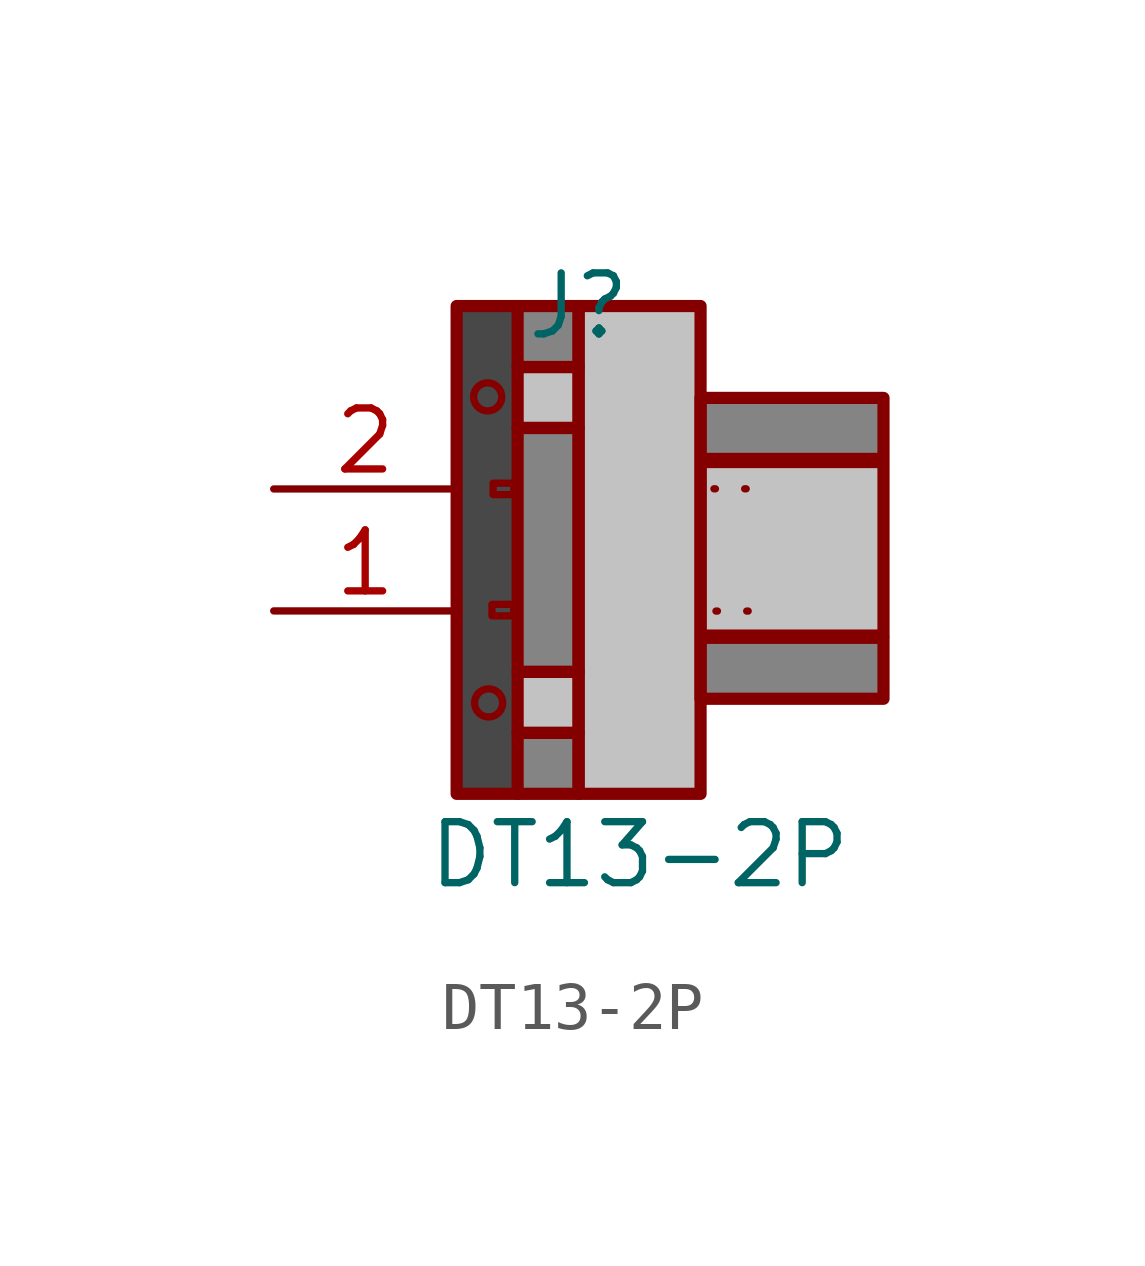
<source format=kicad_sym>
(kicad_symbol_lib
  (version 20220914)
  (generator kicad_symbol_editor)
  (symbol "DT13-2P"
    (pin_names
      (offset 1.016) hide)
    (property "Reference" "J"
      (at 0 5.08 0)
      (effects (font (size 1.27 1.27))))
    (property "Value" "DT13-2P"
      (at 1.27 -6.35 0)
      (effects (font (size 1.27 1.27))))
    (symbol "DT13-2P_1_1"
      (circle (center -1.894 3.188) (radius 0.293) (stroke (width 0) (type default)) (fill (type color) (color 0 0 0 1)))
      (circle (center -1.874 -3.186) (radius 0.293) (stroke (width 0) (type default)) (fill (type color) (color 0 0 0 1)))
      (rectangle (start -1.805 -1.133) (end -1.351 -1.373) (stroke (width 0.152) (type default)) (fill (type color) (color 194 194 194 1)))
      (rectangle (start -1.781 1.39) (end -1.349 1.152) (stroke (width 0.152) (type default)) (fill (type color) (color 194 194 194 1)))
      (rectangle (start -1.27 -3.81) (end 0 -5.08) (stroke (width 0.254) (type default)) (fill (type color) (color 132 132 132 1)))
      (rectangle (start -1.27 -2.54) (end 0 -3.81) (stroke (width 0.254) (type default)) (fill (type color) (color 194 194 194 1)))
      (rectangle (start -1.27 2.54) (end 0 -2.54) (stroke (width 0.254) (type default)) (fill (type color) (color 132 132 132 1)))
      (rectangle (start -1.27 3.81) (end 0 2.54) (stroke (width 0.254) (type default)) (fill (type color) (color 194 194 194 1)))
      (rectangle (start -1.27 5.08) (end 0 3.81) (stroke (width 0.254) (type default)) (fill (type color) (color 132 132 132 1)))
      (polyline (pts (xy 2.819 1.273) (xy 4.089 1.273)) (stroke (width 0) (type dot)) (fill (type none)))
      (polyline (pts (xy 2.861 -1.273) (xy 4.131 -1.273)) (stroke (width 0) (type dot)) (fill (type none)))
      (polyline (pts (xy -1.27 5.08) (xy -2.54 5.08) (xy -2.54 -5.08) (xy -1.27 -5.08)) (stroke (width 0.254) (type default)) (fill (type color) (color 72 72 72 1)))
      (rectangle (start 0 5.08) (end 2.54 -5.08) (stroke (width 0.254) (type default)) (fill (type color) (color 194 194 194 1)))
      (rectangle (start 2.54 -1.831) (end 6.35 -3.1) (stroke (width 0.254) (type default)) (fill (type color) (color 132 132 132 1)))
      (rectangle (start 2.54 3.166) (end 6.35 1.896) (stroke (width 0.254) (type default)) (fill (type color) (color 132 132 132 1)))
      (rectangle (start 2.54 1.831) (end 6.35 -1.783) (stroke (width 0.254) (type default)) (fill (type color) (color 194 194 194 1)))
      (pin passive line (at -6.35 -1.27 0) (length 3.81) (name "Pin_1" (effects (font (size 1.27 1.27)))) (number "1" (effects (font (size 1.27 1.27)))))
      (pin passive line (at -6.35 1.27 0) (length 3.81) (name "Pin_2" (effects (font (size 1.27 1.27)))) (number "2" (effects (font (size 1.27 1.27))))))))
</source>
